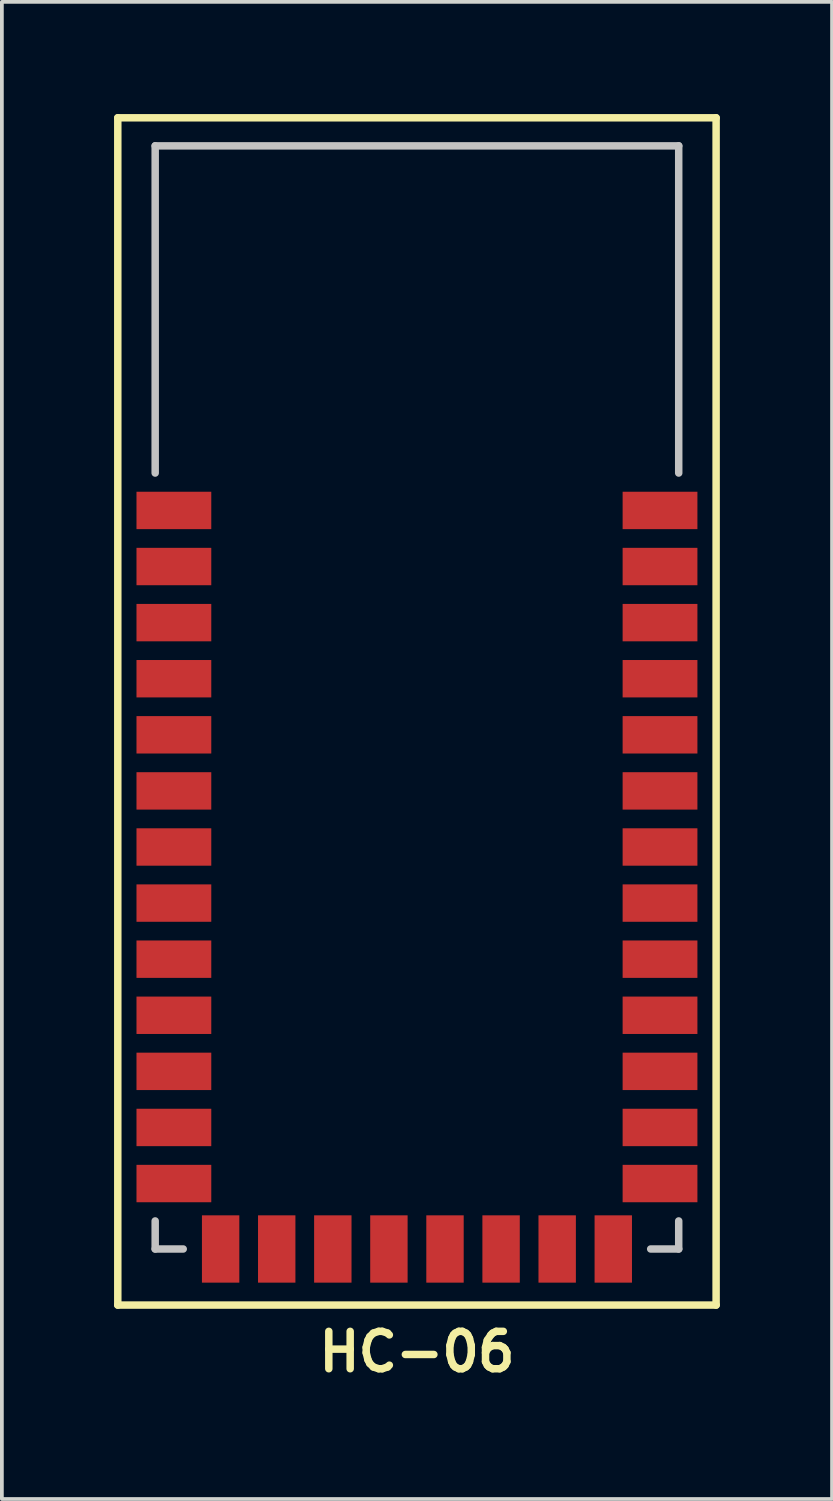
<source format=kicad_pcb>
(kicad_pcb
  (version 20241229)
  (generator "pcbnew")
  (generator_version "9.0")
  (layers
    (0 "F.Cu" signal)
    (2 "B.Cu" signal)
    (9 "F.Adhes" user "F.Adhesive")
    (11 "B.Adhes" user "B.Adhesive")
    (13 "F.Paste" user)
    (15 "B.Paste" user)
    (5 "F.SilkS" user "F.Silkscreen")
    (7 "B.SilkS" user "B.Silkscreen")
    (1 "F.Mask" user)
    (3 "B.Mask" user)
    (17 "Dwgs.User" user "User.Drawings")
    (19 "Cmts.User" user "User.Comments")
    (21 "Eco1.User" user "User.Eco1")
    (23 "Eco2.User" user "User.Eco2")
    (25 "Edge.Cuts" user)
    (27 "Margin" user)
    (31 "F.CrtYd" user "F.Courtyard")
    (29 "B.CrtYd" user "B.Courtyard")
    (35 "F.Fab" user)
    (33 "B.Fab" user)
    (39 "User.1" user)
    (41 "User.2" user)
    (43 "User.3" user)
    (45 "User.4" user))
  (footprint "HC-06"
    (layer "F.Cu")
    (at 8.1 17.1)
    (property "Reference" "HC-06" (at 0 16 0) (layer "F.SilkS") (effects (font (size 1 1) (thickness 0.2))))
    (attr through_hole)
    (fp_line (start -8 -17) (end 8 -17) (stroke (width 0.2) (type solid)) (layer "F.SilkS"))
    (fp_line (start -8 14.75) (end -8 -17) (stroke (width 0.2) (type solid)) (layer "F.SilkS"))
    (fp_line (start 8 -17) (end 8 14.75) (stroke (width 0.2) (type solid)) (layer "F.SilkS"))
    (fp_line (start 8 14.75) (end -8 14.75) (stroke (width 0.2) (type solid)) (layer "F.SilkS"))
    (fp_line (start -7 -7.5) (end -7 -16.25) (stroke (width 0.2) (type solid)) (layer "Dwgs.User"))
    (fp_line (start -7 13.25) (end -7 12.5) (stroke (width 0.2) (type solid)) (layer "Dwgs.User"))
    (fp_line (start -7 13.25) (end -6.25 13.25) (stroke (width 0.2) (type solid)) (layer "Dwgs.User"))
    (fp_line (start 7 -16.25) (end -7 -16.25) (stroke (width 0.2) (type solid)) (layer "Dwgs.User"))
    (fp_line (start 7 -16.25) (end 7 -7.5) (stroke (width 0.2) (type solid)) (layer "Dwgs.User"))
    (fp_line (start 7 13.25) (end 6.25 13.25) (stroke (width 0.2) (type solid)) (layer "Dwgs.User"))
    (fp_line (start 7 13.25) (end 7 12.5) (stroke (width 0.2) (type solid)) (layer "Dwgs.User"))
    (pad "1" smd rect (at -6.5 -6.5 90) (size 1 2) (layers "F.Cu" "F.Mask" "F.Paste"))
    (pad "2" smd rect (at -6.5 -5 90) (size 1 2) (layers "F.Cu" "F.Mask" "F.Paste"))
    (pad "3" smd rect (at -6.5 -3.5 90) (size 1 2) (layers "F.Cu" "F.Mask" "F.Paste"))
    (pad "4" smd rect (at -6.5 -2 90) (size 1 2) (layers "F.Cu" "F.Mask" "F.Paste"))
    (pad "5" smd rect (at -6.5 -0.5 90) (size 1 2) (layers "F.Cu" "F.Mask" "F.Paste"))
    (pad "6" smd rect (at -6.5 1 90) (size 1 2) (layers "F.Cu" "F.Mask" "F.Paste"))
    (pad "7" smd rect (at -6.5 2.5 90) (size 1 2) (layers "F.Cu" "F.Mask" "F.Paste"))
    (pad "8" smd rect (at -6.5 4 90) (size 1 2) (layers "F.Cu" "F.Mask" "F.Paste"))
    (pad "9" smd rect (at -6.5 5.5 90) (size 1 2) (layers "F.Cu" "F.Mask" "F.Paste"))
    (pad "10" smd rect (at -6.5 7 90) (size 1 2) (layers "F.Cu" "F.Mask" "F.Paste"))
    (pad "11" smd rect (at -6.5 8.5 90) (size 1 2) (layers "F.Cu" "F.Mask" "F.Paste"))
    (pad "12" smd rect (at -6.5 10 90) (size 1 2) (layers "F.Cu" "F.Mask" "F.Paste"))
    (pad "13" smd rect (at -6.5 11.5 90) (size 1 2) (layers "F.Cu" "F.Mask" "F.Paste"))
    (pad "14" smd rect (at -5.25 13.25) (size 1 1.8) (layers "F.Cu" "F.Mask" "F.Paste"))
    (pad "15" smd rect (at -3.75 13.25) (size 1 1.8) (layers "F.Cu" "F.Mask" "F.Paste"))
    (pad "16" smd rect (at -2.25 13.25) (size 1 1.8) (layers "F.Cu" "F.Mask" "F.Paste"))
    (pad "17" smd rect (at -0.75 13.25) (size 1 1.8) (layers "F.Cu" "F.Mask" "F.Paste"))
    (pad "18" smd rect (at 0.75 13.25) (size 1 1.8) (layers "F.Cu" "F.Mask" "F.Paste"))
    (pad "19" smd rect (at 2.25 13.25) (size 1 1.8) (layers "F.Cu" "F.Mask" "F.Paste"))
    (pad "20" smd rect (at 3.75 13.25) (size 1 1.8) (layers "F.Cu" "F.Mask" "F.Paste"))
    (pad "21" smd rect (at 5.25 13.25) (size 1 1.8) (layers "F.Cu" "F.Mask" "F.Paste"))
    (pad "22" smd rect (at 6.5 11.5) (size 2 1) (layers "F.Cu" "F.Mask" "F.Paste"))
    (pad "23" smd rect (at 6.5 10) (size 2 1) (layers "F.Cu" "F.Mask" "F.Paste"))
    (pad "24" smd rect (at 6.5 8.5) (size 2 1) (layers "F.Cu" "F.Mask" "F.Paste"))
    (pad "25" smd rect (at 6.5 7) (size 2 1) (layers "F.Cu" "F.Mask" "F.Paste"))
    (pad "26" smd rect (at 6.5 5.5) (size 2 1) (layers "F.Cu" "F.Mask" "F.Paste"))
    (pad "27" smd rect (at 6.5 4) (size 2 1) (layers "F.Cu" "F.Mask" "F.Paste"))
    (pad "28" smd rect (at 6.5 2.5) (size 2 1) (layers "F.Cu" "F.Mask" "F.Paste"))
    (pad "29" smd rect (at 6.5 1) (size 2 1) (layers "F.Cu" "F.Mask" "F.Paste"))
    (pad "30" smd rect (at 6.5 -0.5) (size 2 1) (layers "F.Cu" "F.Mask" "F.Paste"))
    (pad "31" smd rect (at 6.5 -2) (size 2 1) (layers "F.Cu" "F.Mask" "F.Paste"))
    (pad "32" smd rect (at 6.5 -3.5) (size 2 1) (layers "F.Cu" "F.Mask" "F.Paste"))
    (pad "33" smd rect (at 6.5 -5) (size 2 1) (layers "F.Cu" "F.Mask" "F.Paste"))
    (pad "34" smd rect (at 6.5 -6.5) (size 2 1) (layers "F.Cu" "F.Mask" "F.Paste")))
  (gr_rect
    (start -3 -3)
    (end 19.2 37.036)
    (stroke (width 0.1) (type default))
    (fill no)
    (layer "Edge.Cuts")))
</source>
